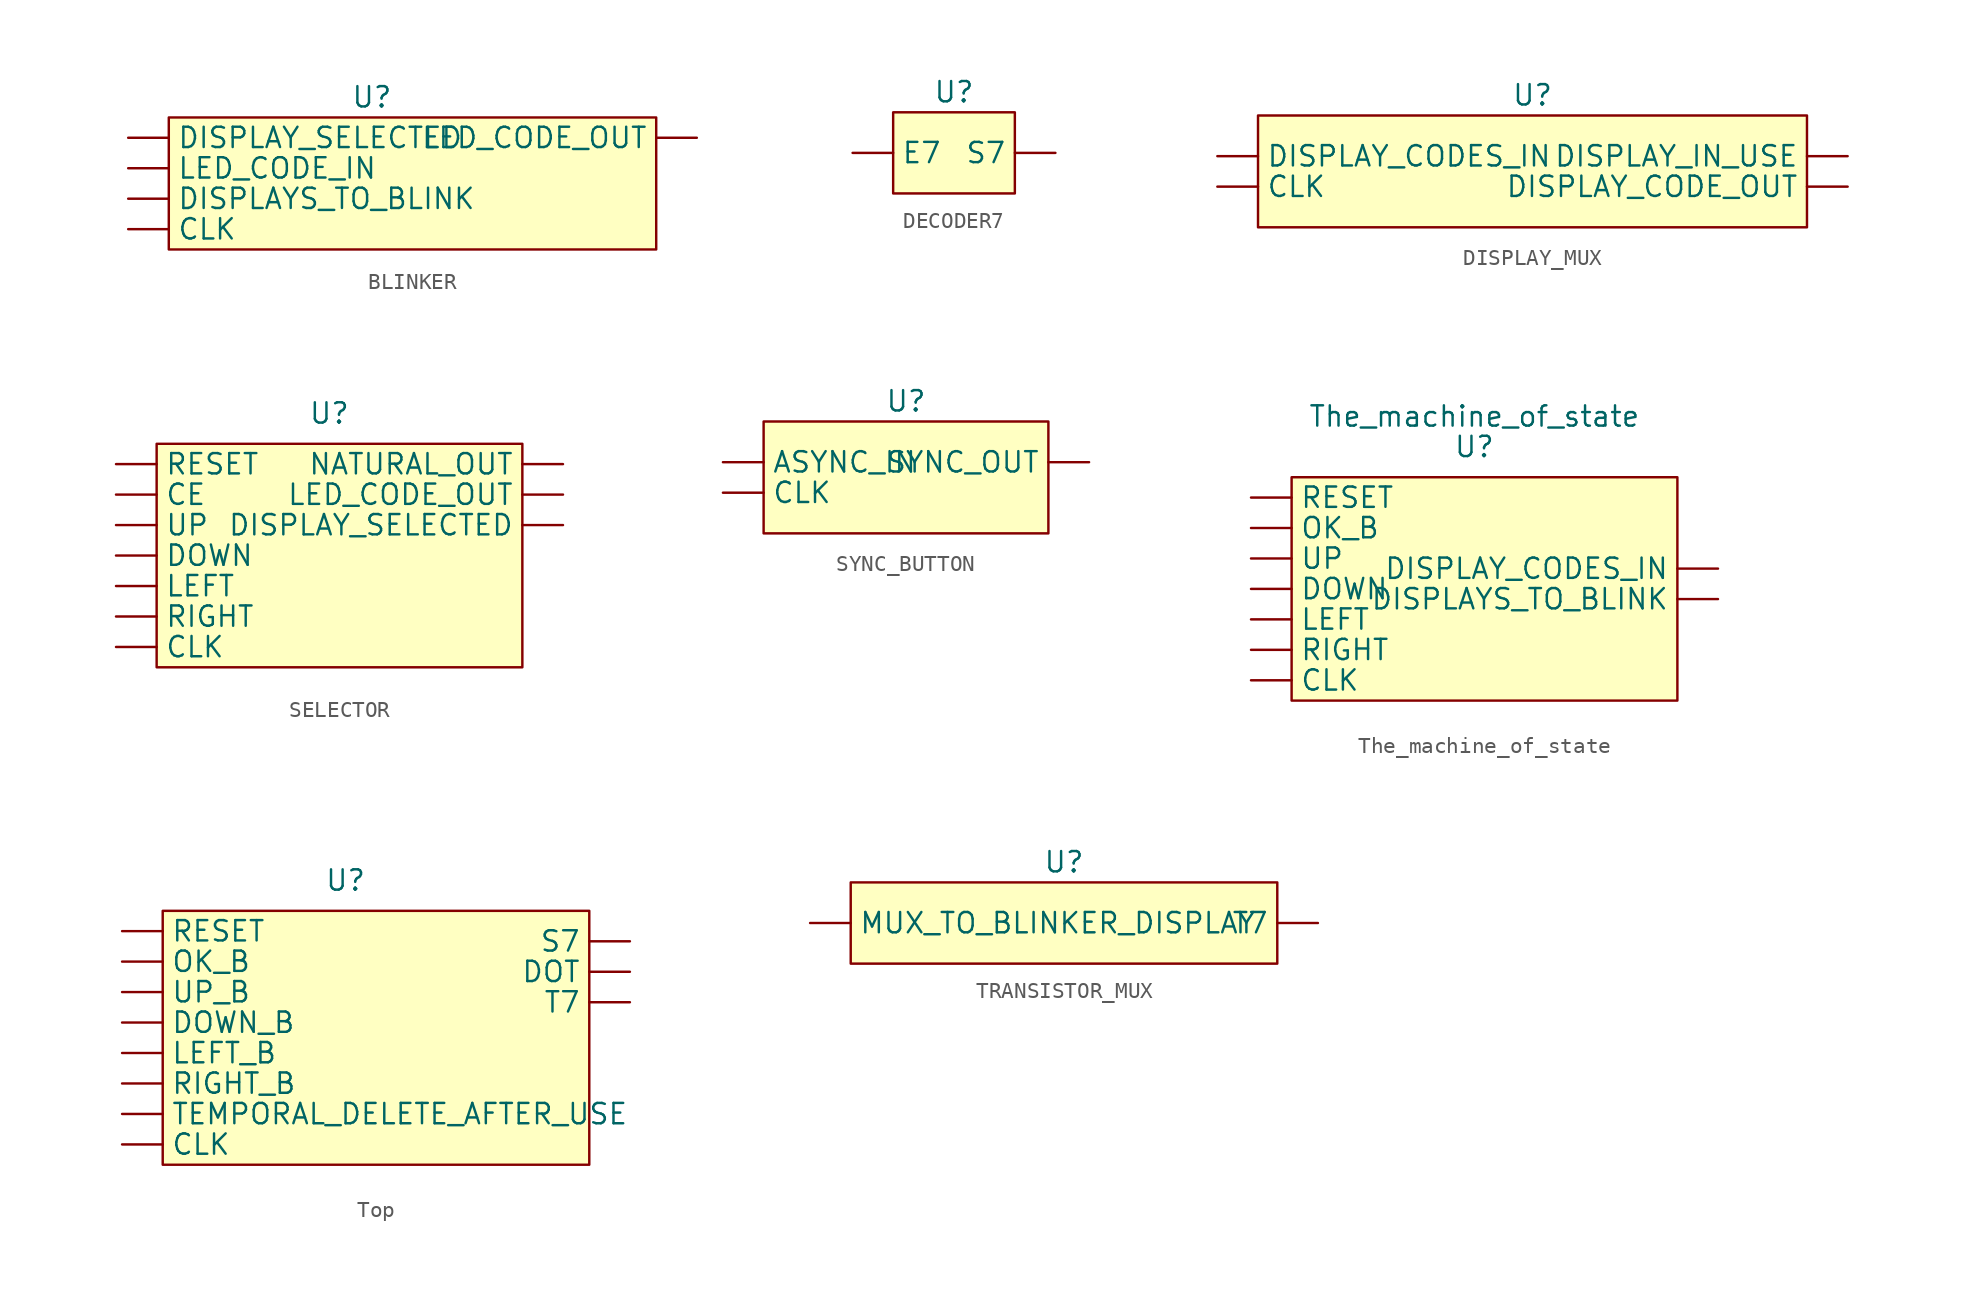
<source format=kicad_sym>
(kicad_symbol_lib
  (version 20220914)
  (generator kicad_symbol_editor)
  (symbol "BLINKER"
    (property "Reference" "U"
      (at 0 0 0)
      (effects (font (size 1.27 1.27))))
    (property "Value" ""
      (at 0 0 0)
      (effects (font (size 1.27 1.27))))
    (symbol "BLINKER_1_1"
      (rectangle (start -12.7 -1.27) (end 17.78 -9.525) (stroke (width 0) (type default)) (fill (type background)))
      (pin input line (at -15.24 -8.255 0) (length 2.54) (name "CLK" (effects (font (size 1.27 1.27)))) (number "" (effects (font (size 1.27 1.27)))))
      (pin input line (at -15.24 -6.35 0) (length 2.54) (name "DISPLAYS_TO_BLINK" (effects (font (size 1.27 1.27)))) (number "" (effects (font (size 1.27 1.27)))))
      (pin input line (at -15.24 -2.54 0) (length 2.54) (name "DISPLAY_SELECTED" (effects (font (size 1.27 1.27)))) (number "" (effects (font (size 1.27 1.27)))))
      (pin input line (at -15.24 -4.445 0) (length 2.54) (name "LED_CODE_IN" (effects (font (size 1.27 1.27)))) (number "" (effects (font (size 1.27 1.27)))))
      (pin input line (at 20.32 -2.54 180) (length 2.54) (name "LED_CODE_OUT" (effects (font (size 1.27 1.27)))) (number "" (effects (font (size 1.27 1.27)))))))
  (symbol "DECODER7"
    (property "Reference" "U"
      (at 0 0.635 0)
      (effects (font (size 1.27 1.27))))
    (property "Value" ""
      (at 0 0 0)
      (effects (font (size 1.27 1.27))))
    (symbol "DECODER7_1_1"
      (rectangle (start -3.81 -0.635) (end 3.81 -5.715) (stroke (width 0) (type default)) (fill (type background)))
      (pin input line (at -6.35 -3.175 0) (length 2.54) (name "E7" (effects (font (size 1.27 1.27)))) (number "" (effects (font (size 1.27 1.27)))))
      (pin input line (at 6.35 -3.175 180) (length 2.54) (name "S7" (effects (font (size 1.27 1.27)))) (number "" (effects (font (size 1.27 1.27)))))))
  (symbol "DISPLAY_MUX"
    (property "Reference" "U"
      (at 0 1.27 0)
      (effects (font (size 1.27 1.27))))
    (property "Value" ""
      (at 13.97 0 0)
      (effects (font (size 1.27 1.27))))
    (symbol "DISPLAY_MUX_1_1"
      (rectangle (start -17.145 0) (end 17.145 -6.985) (stroke (width 0) (type default)) (fill (type background)))
      (pin input line (at -19.685 -4.445 0) (length 2.54) (name "CLK" (effects (font (size 1.27 1.27)))) (number "" (effects (font (size 1.27 1.27)))))
      (pin input line (at -19.685 -2.54 0) (length 2.54) (name "DISPLAY_CODES_IN" (effects (font (size 1.27 1.27)))) (number "" (effects (font (size 1.27 1.27)))))
      (pin input line (at 19.685 -4.445 180) (length 2.54) (name "DISPLAY_CODE_OUT" (effects (font (size 1.27 1.27)))) (number "" (effects (font (size 1.27 1.27)))))
      (pin input line (at 19.685 -2.54 180) (length 2.54) (name "DISPLAY_IN_USE" (effects (font (size 1.27 1.27)))) (number "" (effects (font (size 1.27 1.27)))))))
  (symbol "SELECTOR"
    (property "Reference" "U"
      (at 0 1.905 0)
      (effects (font (size 1.27 1.27))))
    (property "Value" ""
      (at 0 1.905 0)
      (effects (font (size 1.27 1.27))))
    (symbol "SELECTOR_1_1"
      (rectangle (start -10.795 0) (end 12.065 -13.97) (stroke (width 0) (type default)) (fill (type background)))
      (pin input line (at -13.335 -3.175 0) (length 2.54) (name "CE" (effects (font (size 1.27 1.27)))) (number "" (effects (font (size 1.27 1.27)))))
      (pin input line (at -13.335 -12.7 0) (length 2.54) (name "CLK" (effects (font (size 1.27 1.27)))) (number "" (effects (font (size 1.27 1.27)))))
      (pin input line (at 14.605 -5.08 180) (length 2.54) (name "DISPLAY_SELECTED" (effects (font (size 1.27 1.27)))) (number "" (effects (font (size 1.27 1.27)))))
      (pin input line (at -13.335 -6.985 0) (length 2.54) (name "DOWN" (effects (font (size 1.27 1.27)))) (number "" (effects (font (size 1.27 1.27)))))
      (pin input line (at 14.605 -3.175 180) (length 2.54) (name "LED_CODE_OUT" (effects (font (size 1.27 1.27)))) (number "" (effects (font (size 1.27 1.27)))))
      (pin input line (at -13.335 -8.89 0) (length 2.54) (name "LEFT" (effects (font (size 1.27 1.27)))) (number "" (effects (font (size 1.27 1.27)))))
      (pin input line (at 14.605 -1.27 180) (length 2.54) (name "NATURAL_OUT" (effects (font (size 1.27 1.27)))) (number "" (effects (font (size 1.27 1.27)))))
      (pin input line (at -13.335 -1.27 0) (length 2.54) (name "RESET" (effects (font (size 1.27 1.27)))) (number "" (effects (font (size 1.27 1.27)))))
      (pin input line (at -13.335 -10.795 0) (length 2.54) (name "RIGHT" (effects (font (size 1.27 1.27)))) (number "" (effects (font (size 1.27 1.27)))))
      (pin input line (at -13.335 -5.08 0) (length 2.54) (name "UP" (effects (font (size 1.27 1.27)))) (number "" (effects (font (size 1.27 1.27)))))))
  (symbol "SYNC_BUTTON"
    (property "Reference" "U"
      (at 0 1.27 0)
      (effects (font (size 1.27 1.27))))
    (property "Value" ""
      (at 0 1.27 0)
      (effects (font (size 1.27 1.27))))
    (symbol "SYNC_BUTTON_1_1"
      (rectangle (start -8.89 0) (end 8.89 -6.985) (stroke (width 0) (type default)) (fill (type background)))
      (pin input line (at -11.43 -2.54 0) (length 2.54) (name "ASYNC_IN" (effects (font (size 1.27 1.27)))) (number "" (effects (font (size 1.27 1.27)))))
      (pin input line (at -11.43 -4.445 0) (length 2.54) (name "CLK" (effects (font (size 1.27 1.27)))) (number "" (effects (font (size 1.27 1.27)))))
      (pin input line (at 11.43 -2.54 180) (length 2.54) (name "SYNC_OUT" (effects (font (size 1.27 1.27)))) (number "" (effects (font (size 1.27 1.27)))))))
  (symbol "The_machine_of_state"
    (property "Reference" "U"
      (at 0 5.08 0)
      (effects (font (size 1.27 1.27))))
    (property "Value" "The_machine_of_state"
      (at 0 6.985 0)
      (effects (font (size 1.27 1.27))))
    (symbol "The_machine_of_state_1_1"
      (rectangle (start -11.43 3.175) (end 12.7 -10.795) (stroke (width 0) (type default)) (fill (type background)))
      (pin input line (at -13.97 -9.525 0) (length 2.54) (name "CLK" (effects (font (size 1.27 1.27)))) (number "" (effects (font (size 1.27 1.27)))))
      (pin input line (at 15.24 -4.445 180) (length 2.54) (name "DISPLAYS_TO_BLINK" (effects (font (size 1.27 1.27)))) (number "" (effects (font (size 1.27 1.27)))))
      (pin input line (at 15.24 -2.54 180) (length 2.54) (name "DISPLAY_CODES_IN" (effects (font (size 1.27 1.27)))) (number "" (effects (font (size 1.27 1.27)))))
      (pin input line (at -13.97 -3.81 0) (length 2.54) (name "DOWN" (effects (font (size 1.27 1.27)))) (number "" (effects (font (size 1.27 1.27)))))
      (pin input line (at -13.97 -5.715 0) (length 2.54) (name "LEFT" (effects (font (size 1.27 1.27)))) (number "" (effects (font (size 1.27 1.27)))))
      (pin input line (at -13.97 0 0) (length 2.54) (name "OK_B" (effects (font (size 1.27 1.27)))) (number "" (effects (font (size 1.27 1.27)))))
      (pin input line (at -13.97 1.905 0) (length 2.54) (name "RESET" (effects (font (size 1.27 1.27)))) (number "" (effects (font (size 1.27 1.27)))))
      (pin input line (at -13.97 -7.62 0) (length 2.54) (name "RIGHT" (effects (font (size 1.27 1.27)))) (number "" (effects (font (size 1.27 1.27)))))
      (pin input line (at -13.97 -1.905 0) (length 2.54) (name "UP" (effects (font (size 1.27 1.27)))) (number "" (effects (font (size 1.27 1.27)))))))
  (symbol "Top"
    (property "Reference" "U"
      (at 0 0 0)
      (effects (font (size 1.27 1.27))))
    (property "Value" ""
      (at 0 0 0)
      (effects (font (size 1.27 1.27))))
    (symbol "Top_1_1"
      (rectangle (start -11.43 -1.905) (end 15.24 -17.78) (stroke (width 0) (type default)) (fill (type background)))
      (pin input line (at -13.97 -16.51 0) (length 2.54) (name "CLK" (effects (font (size 1.27 1.27)))) (number "" (effects (font (size 1.27 1.27)))))
      (pin input line (at 17.78 -5.715 180) (length 2.54) (name "DOT" (effects (font (size 1.27 1.27)))) (number "" (effects (font (size 1.27 1.27)))))
      (pin input line (at -13.97 -8.89 0) (length 2.54) (name "DOWN_B" (effects (font (size 1.27 1.27)))) (number "" (effects (font (size 1.27 1.27)))))
      (pin input line (at -13.97 -10.795 0) (length 2.54) (name "LEFT_B" (effects (font (size 1.27 1.27)))) (number "" (effects (font (size 1.27 1.27)))))
      (pin input line (at -13.97 -5.08 0) (length 2.54) (name "OK_B" (effects (font (size 1.27 1.27)))) (number "" (effects (font (size 1.27 1.27)))))
      (pin input line (at -13.97 -3.175 0) (length 2.54) (name "RESET" (effects (font (size 1.27 1.27)))) (number "" (effects (font (size 1.27 1.27)))))
      (pin input line (at -13.97 -12.7 0) (length 2.54) (name "RIGHT_B" (effects (font (size 1.27 1.27)))) (number "" (effects (font (size 1.27 1.27)))))
      (pin input line (at 17.78 -3.81 180) (length 2.54) (name "S7" (effects (font (size 1.27 1.27)))) (number "" (effects (font (size 1.27 1.27)))))
      (pin input line (at 17.78 -7.62 180) (length 2.54) (name "T7" (effects (font (size 1.27 1.27)))) (number "" (effects (font (size 1.27 1.27)))))
      (pin input line (at -13.97 -14.605 0) (length 2.54) (name "TEMPORAL_DELETE_AFTER_USE" (effects (font (size 1.27 1.27)))) (number "" (effects (font (size 1.27 1.27)))))
      (pin input line (at -13.97 -6.985 0) (length 2.54) (name "UP_B" (effects (font (size 1.27 1.27)))) (number "" (effects (font (size 1.27 1.27)))))))
  (symbol "TRANSISTOR_MUX"
    (property "Reference" "U"
      (at 0 1.27 0)
      (effects (font (size 1.27 1.27))))
    (property "Value" ""
      (at 0.635 0 0)
      (effects (font (size 1.27 1.27))))
    (symbol "TRANSISTOR_MUX_1_1"
      (rectangle (start -13.335 0) (end 13.335 -5.08) (stroke (width 0) (type default)) (fill (type background)))
      (pin input line (at -15.875 -2.54 0) (length 2.54) (name "MUX_TO_BLINKER_DISPLAY" (effects (font (size 1.27 1.27)))) (number "" (effects (font (size 1.27 1.27)))))
      (pin input line (at 15.875 -2.54 180) (length 2.54) (name "T7" (effects (font (size 1.27 1.27)))) (number "" (effects (font (size 1.27 1.27))))))))
</source>
